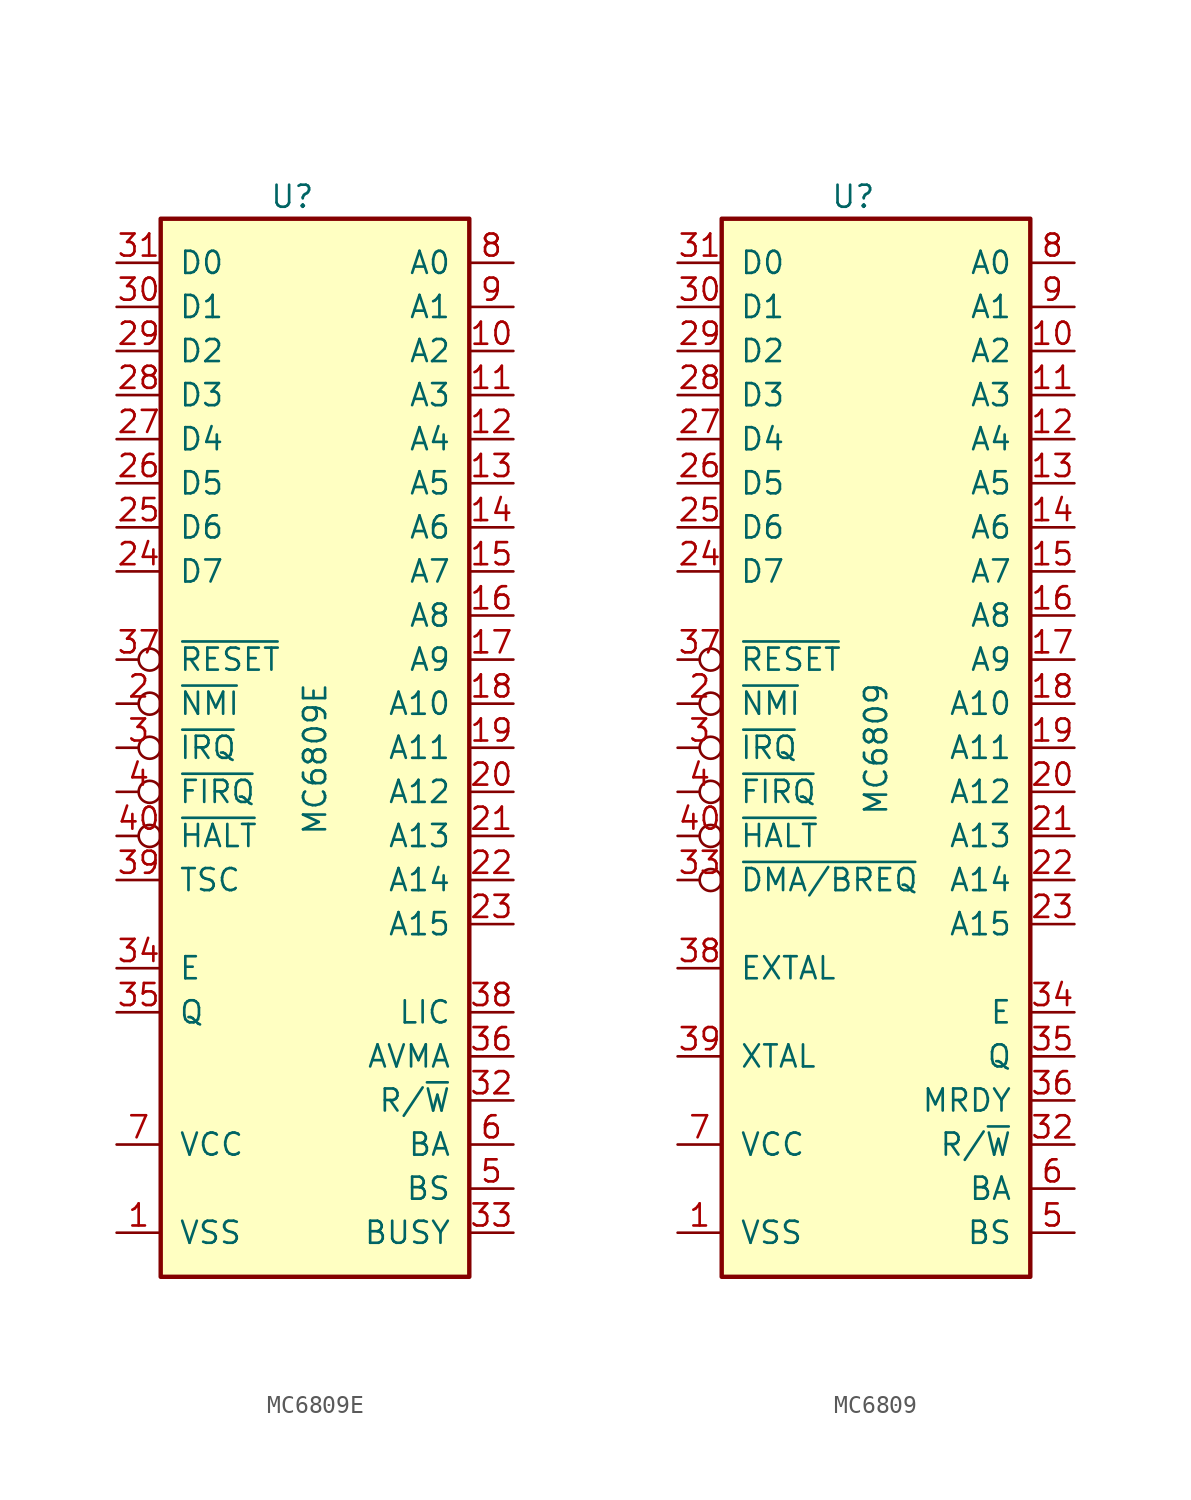
<source format=kicad_sym>
(kicad_symbol_lib
  (version 20211014)
  (generator kicad_symbol_editor)
  (symbol "MC6809E"
    (pin_names
      (offset 1.016))
    (property "Reference" "U"
      (at 0 31.75 0)
      (effects (font (size 1.27 1.27)) (justify right)))
    (property "Value" "MC6809E"
      (at 0 3.81 90)
      (effects (font (size 1.27 1.27)) (justify right)))
    (symbol "MC6809E_0_1"
      (rectangle (start -8.89 -30.48) (end 8.89 30.48) (stroke (width 0.254) (type default) (color 0 0 0 0)) (fill (type background))))
    (symbol "MC6809E_1_1"
      (pin power_in line (at -11.43 -27.94 0) (length 2.54) (name "VSS" (effects (font (size 1.27 1.27)))) (number "1" (effects (font (size 1.27 1.27)))))
      (pin output line (at 11.43 22.86 180) (length 2.54) (name "A2" (effects (font (size 1.27 1.27)))) (number "10" (effects (font (size 1.27 1.27)))))
      (pin output line (at 11.43 20.32 180) (length 2.54) (name "A3" (effects (font (size 1.27 1.27)))) (number "11" (effects (font (size 1.27 1.27)))))
      (pin output line (at 11.43 17.78 180) (length 2.54) (name "A4" (effects (font (size 1.27 1.27)))) (number "12" (effects (font (size 1.27 1.27)))))
      (pin output line (at 11.43 15.24 180) (length 2.54) (name "A5" (effects (font (size 1.27 1.27)))) (number "13" (effects (font (size 1.27 1.27)))))
      (pin output line (at 11.43 12.7 180) (length 2.54) (name "A6" (effects (font (size 1.27 1.27)))) (number "14" (effects (font (size 1.27 1.27)))))
      (pin output line (at 11.43 10.16 180) (length 2.54) (name "A7" (effects (font (size 1.27 1.27)))) (number "15" (effects (font (size 1.27 1.27)))))
      (pin output line (at 11.43 7.62 180) (length 2.54) (name "A8" (effects (font (size 1.27 1.27)))) (number "16" (effects (font (size 1.27 1.27)))))
      (pin output line (at 11.43 5.08 180) (length 2.54) (name "A9" (effects (font (size 1.27 1.27)))) (number "17" (effects (font (size 1.27 1.27)))))
      (pin output line (at 11.43 2.54 180) (length 2.54) (name "A10" (effects (font (size 1.27 1.27)))) (number "18" (effects (font (size 1.27 1.27)))))
      (pin output line (at 11.43 0 180) (length 2.54) (name "A11" (effects (font (size 1.27 1.27)))) (number "19" (effects (font (size 1.27 1.27)))))
      (pin input inverted (at -11.43 2.54 0) (length 2.54) (name "~{NMI}" (effects (font (size 1.27 1.27)))) (number "2" (effects (font (size 1.27 1.27)))))
      (pin output line (at 11.43 -2.54 180) (length 2.54) (name "A12" (effects (font (size 1.27 1.27)))) (number "20" (effects (font (size 1.27 1.27)))))
      (pin output line (at 11.43 -5.08 180) (length 2.54) (name "A13" (effects (font (size 1.27 1.27)))) (number "21" (effects (font (size 1.27 1.27)))))
      (pin output line (at 11.43 -7.62 180) (length 2.54) (name "A14" (effects (font (size 1.27 1.27)))) (number "22" (effects (font (size 1.27 1.27)))))
      (pin output line (at 11.43 -10.16 180) (length 2.54) (name "A15" (effects (font (size 1.27 1.27)))) (number "23" (effects (font (size 1.27 1.27)))))
      (pin bidirectional line (at -11.43 10.16 0) (length 2.54) (name "D7" (effects (font (size 1.27 1.27)))) (number "24" (effects (font (size 1.27 1.27)))))
      (pin bidirectional line (at -11.43 12.7 0) (length 2.54) (name "D6" (effects (font (size 1.27 1.27)))) (number "25" (effects (font (size 1.27 1.27)))))
      (pin bidirectional line (at -11.43 15.24 0) (length 2.54) (name "D5" (effects (font (size 1.27 1.27)))) (number "26" (effects (font (size 1.27 1.27)))))
      (pin bidirectional line (at -11.43 17.78 0) (length 2.54) (name "D4" (effects (font (size 1.27 1.27)))) (number "27" (effects (font (size 1.27 1.27)))))
      (pin bidirectional line (at -11.43 20.32 0) (length 2.54) (name "D3" (effects (font (size 1.27 1.27)))) (number "28" (effects (font (size 1.27 1.27)))))
      (pin bidirectional line (at -11.43 22.86 0) (length 2.54) (name "D2" (effects (font (size 1.27 1.27)))) (number "29" (effects (font (size 1.27 1.27)))))
      (pin input inverted (at -11.43 0 0) (length 2.54) (name "~{IRQ}" (effects (font (size 1.27 1.27)))) (number "3" (effects (font (size 1.27 1.27)))))
      (pin bidirectional line (at -11.43 25.4 0) (length 2.54) (name "D1" (effects (font (size 1.27 1.27)))) (number "30" (effects (font (size 1.27 1.27)))))
      (pin bidirectional line (at -11.43 27.94 0) (length 2.54) (name "D0" (effects (font (size 1.27 1.27)))) (number "31" (effects (font (size 1.27 1.27)))))
      (pin output line (at 11.43 -20.32 180) (length 2.54) (name "R/~{W}" (effects (font (size 1.27 1.27)))) (number "32" (effects (font (size 1.27 1.27)))))
      (pin output line (at 11.43 -27.94 180) (length 2.54) (name "BUSY" (effects (font (size 1.27 1.27)))) (number "33" (effects (font (size 1.27 1.27)))))
      (pin input line (at -11.43 -12.7 0) (length 2.54) (name "E" (effects (font (size 1.27 1.27)))) (number "34" (effects (font (size 1.27 1.27)))))
      (pin input line (at -11.43 -15.24 0) (length 2.54) (name "Q" (effects (font (size 1.27 1.27)))) (number "35" (effects (font (size 1.27 1.27)))))
      (pin output line (at 11.43 -17.78 180) (length 2.54) (name "AVMA" (effects (font (size 1.27 1.27)))) (number "36" (effects (font (size 1.27 1.27)))))
      (pin input inverted (at -11.43 5.08 0) (length 2.54) (name "~{RESET}" (effects (font (size 1.27 1.27)))) (number "37" (effects (font (size 1.27 1.27)))))
      (pin output line (at 11.43 -15.24 180) (length 2.54) (name "LIC" (effects (font (size 1.27 1.27)))) (number "38" (effects (font (size 1.27 1.27)))))
      (pin input line (at -11.43 -7.62 0) (length 2.54) (name "TSC" (effects (font (size 1.27 1.27)))) (number "39" (effects (font (size 1.27 1.27)))))
      (pin input inverted (at -11.43 -2.54 0) (length 2.54) (name "~{FIRQ}" (effects (font (size 1.27 1.27)))) (number "4" (effects (font (size 1.27 1.27)))))
      (pin input inverted (at -11.43 -5.08 0) (length 2.54) (name "~{HALT}" (effects (font (size 1.27 1.27)))) (number "40" (effects (font (size 1.27 1.27)))))
      (pin output line (at 11.43 -25.4 180) (length 2.54) (name "BS" (effects (font (size 1.27 1.27)))) (number "5" (effects (font (size 1.27 1.27)))))
      (pin output line (at 11.43 -22.86 180) (length 2.54) (name "BA" (effects (font (size 1.27 1.27)))) (number "6" (effects (font (size 1.27 1.27)))))
      (pin power_in line (at -11.43 -22.86 0) (length 2.54) (name "VCC" (effects (font (size 1.27 1.27)))) (number "7" (effects (font (size 1.27 1.27)))))
      (pin output line (at 11.43 27.94 180) (length 2.54) (name "A0" (effects (font (size 1.27 1.27)))) (number "8" (effects (font (size 1.27 1.27)))))
      (pin output line (at 11.43 25.4 180) (length 2.54) (name "A1" (effects (font (size 1.27 1.27)))) (number "9" (effects (font (size 1.27 1.27)))))))
  (symbol "MC6809"
    (pin_names
      (offset 1.016))
    (property "Reference" "U"
      (at 0 31.75 0)
      (effects (font (size 1.27 1.27)) (justify right)))
    (property "Value" "MC6809"
      (at 0 3.81 90)
      (effects (font (size 1.27 1.27)) (justify right)))
    (symbol "MC6809_0_1"
      (rectangle (start -8.89 -30.48) (end 8.89 30.48) (stroke (width 0.254) (type default) (color 0 0 0 0)) (fill (type background))))
    (symbol "MC6809_1_1"
      (pin power_in line (at -11.43 -27.94 0) (length 2.54) (name "VSS" (effects (font (size 1.27 1.27)))) (number "1" (effects (font (size 1.27 1.27)))))
      (pin output line (at 11.43 22.86 180) (length 2.54) (name "A2" (effects (font (size 1.27 1.27)))) (number "10" (effects (font (size 1.27 1.27)))))
      (pin output line (at 11.43 20.32 180) (length 2.54) (name "A3" (effects (font (size 1.27 1.27)))) (number "11" (effects (font (size 1.27 1.27)))))
      (pin output line (at 11.43 17.78 180) (length 2.54) (name "A4" (effects (font (size 1.27 1.27)))) (number "12" (effects (font (size 1.27 1.27)))))
      (pin output line (at 11.43 15.24 180) (length 2.54) (name "A5" (effects (font (size 1.27 1.27)))) (number "13" (effects (font (size 1.27 1.27)))))
      (pin output line (at 11.43 12.7 180) (length 2.54) (name "A6" (effects (font (size 1.27 1.27)))) (number "14" (effects (font (size 1.27 1.27)))))
      (pin output line (at 11.43 10.16 180) (length 2.54) (name "A7" (effects (font (size 1.27 1.27)))) (number "15" (effects (font (size 1.27 1.27)))))
      (pin output line (at 11.43 7.62 180) (length 2.54) (name "A8" (effects (font (size 1.27 1.27)))) (number "16" (effects (font (size 1.27 1.27)))))
      (pin output line (at 11.43 5.08 180) (length 2.54) (name "A9" (effects (font (size 1.27 1.27)))) (number "17" (effects (font (size 1.27 1.27)))))
      (pin output line (at 11.43 2.54 180) (length 2.54) (name "A10" (effects (font (size 1.27 1.27)))) (number "18" (effects (font (size 1.27 1.27)))))
      (pin output line (at 11.43 0 180) (length 2.54) (name "A11" (effects (font (size 1.27 1.27)))) (number "19" (effects (font (size 1.27 1.27)))))
      (pin input inverted (at -11.43 2.54 0) (length 2.54) (name "~{NMI}" (effects (font (size 1.27 1.27)))) (number "2" (effects (font (size 1.27 1.27)))))
      (pin output line (at 11.43 -2.54 180) (length 2.54) (name "A12" (effects (font (size 1.27 1.27)))) (number "20" (effects (font (size 1.27 1.27)))))
      (pin output line (at 11.43 -5.08 180) (length 2.54) (name "A13" (effects (font (size 1.27 1.27)))) (number "21" (effects (font (size 1.27 1.27)))))
      (pin output line (at 11.43 -7.62 180) (length 2.54) (name "A14" (effects (font (size 1.27 1.27)))) (number "22" (effects (font (size 1.27 1.27)))))
      (pin output line (at 11.43 -10.16 180) (length 2.54) (name "A15" (effects (font (size 1.27 1.27)))) (number "23" (effects (font (size 1.27 1.27)))))
      (pin bidirectional line (at -11.43 10.16 0) (length 2.54) (name "D7" (effects (font (size 1.27 1.27)))) (number "24" (effects (font (size 1.27 1.27)))))
      (pin bidirectional line (at -11.43 12.7 0) (length 2.54) (name "D6" (effects (font (size 1.27 1.27)))) (number "25" (effects (font (size 1.27 1.27)))))
      (pin bidirectional line (at -11.43 15.24 0) (length 2.54) (name "D5" (effects (font (size 1.27 1.27)))) (number "26" (effects (font (size 1.27 1.27)))))
      (pin bidirectional line (at -11.43 17.78 0) (length 2.54) (name "D4" (effects (font (size 1.27 1.27)))) (number "27" (effects (font (size 1.27 1.27)))))
      (pin bidirectional line (at -11.43 20.32 0) (length 2.54) (name "D3" (effects (font (size 1.27 1.27)))) (number "28" (effects (font (size 1.27 1.27)))))
      (pin bidirectional line (at -11.43 22.86 0) (length 2.54) (name "D2" (effects (font (size 1.27 1.27)))) (number "29" (effects (font (size 1.27 1.27)))))
      (pin input inverted (at -11.43 0 0) (length 2.54) (name "~{IRQ}" (effects (font (size 1.27 1.27)))) (number "3" (effects (font (size 1.27 1.27)))))
      (pin bidirectional line (at -11.43 25.4 0) (length 2.54) (name "D1" (effects (font (size 1.27 1.27)))) (number "30" (effects (font (size 1.27 1.27)))))
      (pin bidirectional line (at -11.43 27.94 0) (length 2.54) (name "D0" (effects (font (size 1.27 1.27)))) (number "31" (effects (font (size 1.27 1.27)))))
      (pin output line (at 11.43 -22.86 180) (length 2.54) (name "R/~{W}" (effects (font (size 1.27 1.27)))) (number "32" (effects (font (size 1.27 1.27)))))
      (pin input inverted (at -11.43 -7.62 0) (length 2.54) (name "~{DMA/BREQ}" (effects (font (size 1.27 1.27)))) (number "33" (effects (font (size 1.27 1.27)))))
      (pin output line (at 11.43 -15.24 180) (length 2.54) (name "E" (effects (font (size 1.27 1.27)))) (number "34" (effects (font (size 1.27 1.27)))))
      (pin output line (at 11.43 -17.78 180) (length 2.54) (name "Q" (effects (font (size 1.27 1.27)))) (number "35" (effects (font (size 1.27 1.27)))))
      (pin input line (at 11.43 -20.32 180) (length 2.54) (name "MRDY" (effects (font (size 1.27 1.27)))) (number "36" (effects (font (size 1.27 1.27)))))
      (pin input inverted (at -11.43 5.08 0) (length 2.54) (name "~{RESET}" (effects (font (size 1.27 1.27)))) (number "37" (effects (font (size 1.27 1.27)))))
      (pin input line (at -11.43 -12.7 0) (length 2.54) (name "EXTAL" (effects (font (size 1.27 1.27)))) (number "38" (effects (font (size 1.27 1.27)))))
      (pin input line (at -11.43 -17.78 0) (length 2.54) (name "XTAL" (effects (font (size 1.27 1.27)))) (number "39" (effects (font (size 1.27 1.27)))))
      (pin input inverted (at -11.43 -2.54 0) (length 2.54) (name "~{FIRQ}" (effects (font (size 1.27 1.27)))) (number "4" (effects (font (size 1.27 1.27)))))
      (pin input inverted (at -11.43 -5.08 0) (length 2.54) (name "~{HALT}" (effects (font (size 1.27 1.27)))) (number "40" (effects (font (size 1.27 1.27)))))
      (pin output line (at 11.43 -27.94 180) (length 2.54) (name "BS" (effects (font (size 1.27 1.27)))) (number "5" (effects (font (size 1.27 1.27)))))
      (pin output line (at 11.43 -25.4 180) (length 2.54) (name "BA" (effects (font (size 1.27 1.27)))) (number "6" (effects (font (size 1.27 1.27)))))
      (pin power_in line (at -11.43 -22.86 0) (length 2.54) (name "VCC" (effects (font (size 1.27 1.27)))) (number "7" (effects (font (size 1.27 1.27)))))
      (pin output line (at 11.43 27.94 180) (length 2.54) (name "A0" (effects (font (size 1.27 1.27)))) (number "8" (effects (font (size 1.27 1.27)))))
      (pin output line (at 11.43 25.4 180) (length 2.54) (name "A1" (effects (font (size 1.27 1.27)))) (number "9" (effects (font (size 1.27 1.27))))))))
</source>
